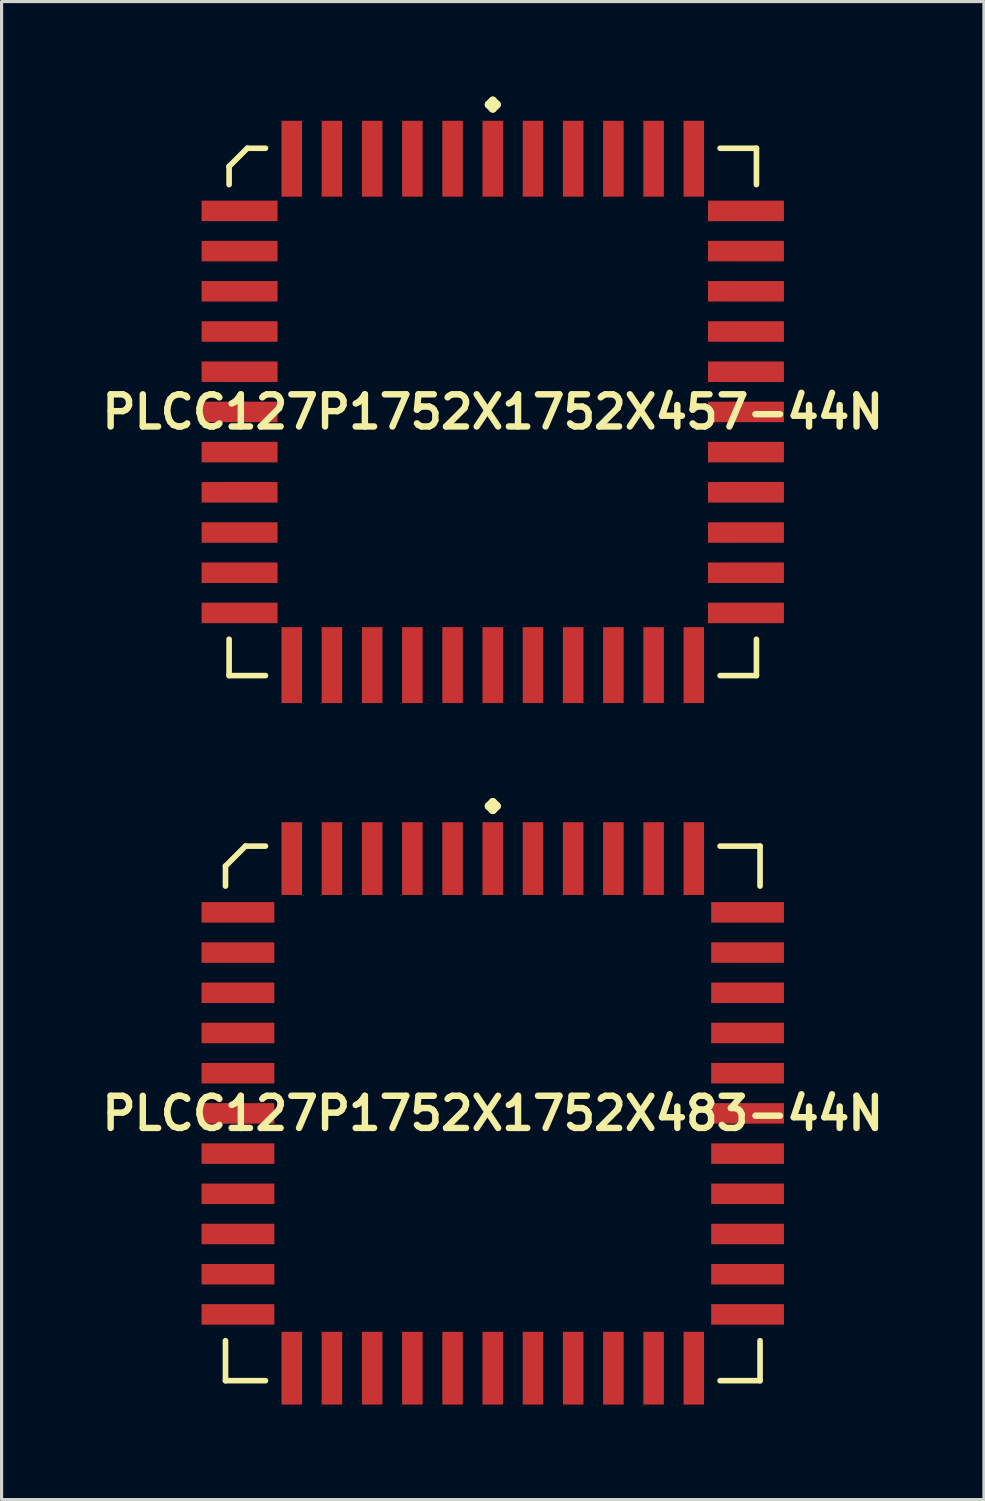
<source format=kicad_pcb>
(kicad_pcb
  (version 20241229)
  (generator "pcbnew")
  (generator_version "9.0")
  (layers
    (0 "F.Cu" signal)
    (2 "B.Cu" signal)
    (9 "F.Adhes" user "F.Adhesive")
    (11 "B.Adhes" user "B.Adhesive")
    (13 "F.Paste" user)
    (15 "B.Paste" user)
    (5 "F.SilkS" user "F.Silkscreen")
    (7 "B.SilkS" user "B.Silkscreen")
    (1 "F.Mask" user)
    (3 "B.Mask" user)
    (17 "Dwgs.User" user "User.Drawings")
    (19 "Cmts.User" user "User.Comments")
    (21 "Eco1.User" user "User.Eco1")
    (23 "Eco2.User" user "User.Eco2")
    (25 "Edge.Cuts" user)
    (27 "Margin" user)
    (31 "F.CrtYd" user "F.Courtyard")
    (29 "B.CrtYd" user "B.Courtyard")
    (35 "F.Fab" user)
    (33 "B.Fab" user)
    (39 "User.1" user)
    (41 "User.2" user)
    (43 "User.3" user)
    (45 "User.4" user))
  (footprint "PLCC127P1752X1752X457-44N"
    (layer "F.Cu")
    (at 12.516 9.962)
    (property "Reference" "PLCC127P1752X1752X457-44N" (at 0 0 0) (layer "F.SilkS") (effects (font (size 1.016 1.016) (thickness 0.203))))
    (attr smd)
    (fp_line (start -8.329 -7.755) (end -7.755 -8.329) (stroke (width 0.178) (type solid)) (layer "F.SilkS"))
    (fp_line (start -8.329 -7.181) (end -8.329 -7.755) (stroke (width 0.178) (type solid)) (layer "F.SilkS"))
    (fp_line (start -8.329 7.181) (end -8.329 8.329) (stroke (width 0.178) (type solid)) (layer "F.SilkS"))
    (fp_line (start -8.329 8.329) (end -7.181 8.329) (stroke (width 0.178) (type solid)) (layer "F.SilkS"))
    (fp_line (start -7.755 -8.329) (end -7.181 -8.329) (stroke (width 0.178) (type solid)) (layer "F.SilkS"))
    (fp_line (start -0.127 -9.708) (end 0 -9.835) (stroke (width 0.254) (type solid)) (layer "F.SilkS"))
    (fp_line (start 0 -9.835) (end 0.127 -9.708) (stroke (width 0.254) (type solid)) (layer "F.SilkS"))
    (fp_line (start 0 -9.581) (end -0.127 -9.708) (stroke (width 0.254) (type solid)) (layer "F.SilkS"))
    (fp_line (start 0.127 -9.708) (end 0 -9.581) (stroke (width 0.254) (type solid)) (layer "F.SilkS"))
    (fp_line (start 8.329 -8.329) (end 7.181 -8.329) (stroke (width 0.178) (type solid)) (layer "F.SilkS"))
    (fp_line (start 8.329 -7.181) (end 8.329 -8.329) (stroke (width 0.178) (type solid)) (layer "F.SilkS"))
    (fp_line (start 8.329 7.181) (end 8.329 8.329) (stroke (width 0.178) (type solid)) (layer "F.SilkS"))
    (fp_line (start 8.329 8.329) (end 7.181 8.329) (stroke (width 0.178) (type solid)) (layer "F.SilkS"))
    (pad "1" smd rect (at 0 -7.998) (size 0.648 2.398) (layers "F.Cu" "F.Mask" "F.Paste"))
    (pad "2" smd rect (at -1.27 -7.998) (size 0.648 2.398) (layers "F.Cu" "F.Mask" "F.Paste"))
    (pad "3" smd rect (at -2.54 -7.998) (size 0.648 2.398) (layers "F.Cu" "F.Mask" "F.Paste"))
    (pad "4" smd rect (at -3.81 -7.998) (size 0.648 2.398) (layers "F.Cu" "F.Mask" "F.Paste"))
    (pad "5" smd rect (at -5.08 -7.998) (size 0.648 2.398) (layers "F.Cu" "F.Mask" "F.Paste"))
    (pad "6" smd rect (at -6.35 -7.998) (size 0.648 2.398) (layers "F.Cu" "F.Mask" "F.Paste"))
    (pad "7" smd rect (at -7.998 -6.35) (size 2.398 0.648) (layers "F.Cu" "F.Mask" "F.Paste"))
    (pad "8" smd rect (at -7.998 -5.08) (size 2.398 0.648) (layers "F.Cu" "F.Mask" "F.Paste"))
    (pad "9" smd rect (at -7.998 -3.81) (size 2.398 0.648) (layers "F.Cu" "F.Mask" "F.Paste"))
    (pad "10" smd rect (at -7.998 -2.54) (size 2.398 0.648) (layers "F.Cu" "F.Mask" "F.Paste"))
    (pad "11" smd rect (at -7.998 -1.27) (size 2.398 0.648) (layers "F.Cu" "F.Mask" "F.Paste"))
    (pad "12" smd rect (at -7.998 0) (size 2.398 0.648) (layers "F.Cu" "F.Mask" "F.Paste"))
    (pad "13" smd rect (at -7.998 1.27) (size 2.398 0.648) (layers "F.Cu" "F.Mask" "F.Paste"))
    (pad "14" smd rect (at -7.998 2.54) (size 2.398 0.648) (layers "F.Cu" "F.Mask" "F.Paste"))
    (pad "15" smd rect (at -7.998 3.81) (size 2.398 0.648) (layers "F.Cu" "F.Mask" "F.Paste"))
    (pad "16" smd rect (at -7.998 5.08) (size 2.398 0.648) (layers "F.Cu" "F.Mask" "F.Paste"))
    (pad "17" smd rect (at -7.998 6.35) (size 2.398 0.648) (layers "F.Cu" "F.Mask" "F.Paste"))
    (pad "18" smd rect (at -6.35 7.998) (size 0.648 2.398) (layers "F.Cu" "F.Mask" "F.Paste"))
    (pad "19" smd rect (at -5.08 7.998) (size 0.648 2.398) (layers "F.Cu" "F.Mask" "F.Paste"))
    (pad "20" smd rect (at -3.81 7.998) (size 0.648 2.398) (layers "F.Cu" "F.Mask" "F.Paste"))
    (pad "21" smd rect (at -2.54 7.998) (size 0.648 2.398) (layers "F.Cu" "F.Mask" "F.Paste"))
    (pad "22" smd rect (at -1.27 7.998) (size 0.648 2.398) (layers "F.Cu" "F.Mask" "F.Paste"))
    (pad "23" smd rect (at 0 7.998) (size 0.648 2.398) (layers "F.Cu" "F.Mask" "F.Paste"))
    (pad "24" smd rect (at 1.27 7.998) (size 0.648 2.398) (layers "F.Cu" "F.Mask" "F.Paste"))
    (pad "25" smd rect (at 2.54 7.998) (size 0.648 2.398) (layers "F.Cu" "F.Mask" "F.Paste"))
    (pad "26" smd rect (at 3.81 7.998) (size 0.648 2.398) (layers "F.Cu" "F.Mask" "F.Paste"))
    (pad "27" smd rect (at 5.08 7.998) (size 0.648 2.398) (layers "F.Cu" "F.Mask" "F.Paste"))
    (pad "28" smd rect (at 6.35 7.998) (size 0.648 2.398) (layers "F.Cu" "F.Mask" "F.Paste"))
    (pad "29" smd rect (at 7.998 6.35) (size 2.398 0.648) (layers "F.Cu" "F.Mask" "F.Paste"))
    (pad "30" smd rect (at 7.998 5.08) (size 2.398 0.648) (layers "F.Cu" "F.Mask" "F.Paste"))
    (pad "31" smd rect (at 7.998 3.81) (size 2.398 0.648) (layers "F.Cu" "F.Mask" "F.Paste"))
    (pad "32" smd rect (at 7.998 2.54) (size 2.398 0.648) (layers "F.Cu" "F.Mask" "F.Paste"))
    (pad "33" smd rect (at 7.998 1.27) (size 2.398 0.648) (layers "F.Cu" "F.Mask" "F.Paste"))
    (pad "34" smd rect (at 7.998 0) (size 2.398 0.648) (layers "F.Cu" "F.Mask" "F.Paste"))
    (pad "35" smd rect (at 7.998 -1.27) (size 2.398 0.648) (layers "F.Cu" "F.Mask" "F.Paste"))
    (pad "36" smd rect (at 7.998 -2.54) (size 2.398 0.648) (layers "F.Cu" "F.Mask" "F.Paste"))
    (pad "37" smd rect (at 7.998 -3.81) (size 2.398 0.648) (layers "F.Cu" "F.Mask" "F.Paste"))
    (pad "38" smd rect (at 7.998 -5.08) (size 2.398 0.648) (layers "F.Cu" "F.Mask" "F.Paste"))
    (pad "39" smd rect (at 7.998 -6.35) (size 2.398 0.648) (layers "F.Cu" "F.Mask" "F.Paste"))
    (pad "40" smd rect (at 6.35 -7.998) (size 0.648 2.398) (layers "F.Cu" "F.Mask" "F.Paste"))
    (pad "41" smd rect (at 5.08 -7.998) (size 0.648 2.398) (layers "F.Cu" "F.Mask" "F.Paste"))
    (pad "42" smd rect (at 3.81 -7.998) (size 0.648 2.398) (layers "F.Cu" "F.Mask" "F.Paste"))
    (pad "43" smd rect (at 2.54 -7.998) (size 0.648 2.398) (layers "F.Cu" "F.Mask" "F.Paste"))
    (pad "44" smd rect (at 1.27 -7.998) (size 0.648 2.398) (layers "F.Cu" "F.Mask" "F.Paste")))
  (footprint "PLCC127P1752X1752X483-44N"
    (layer "F.Cu")
    (at 12.516 32.121)
    (property "Reference" "PLCC127P1752X1752X483-44N" (at 0 0 0) (layer "F.SilkS") (effects (font (size 1.016 1.016) (thickness 0.203))))
    (attr smd)
    (fp_line (start -8.443 -7.813) (end -7.813 -8.443) (stroke (width 0.178) (type solid)) (layer "F.SilkS"))
    (fp_line (start -8.443 -7.181) (end -8.443 -7.813) (stroke (width 0.178) (type solid)) (layer "F.SilkS"))
    (fp_line (start -8.443 7.181) (end -8.443 8.443) (stroke (width 0.178) (type solid)) (layer "F.SilkS"))
    (fp_line (start -8.443 8.443) (end -7.181 8.443) (stroke (width 0.178) (type solid)) (layer "F.SilkS"))
    (fp_line (start -7.813 -8.443) (end -7.181 -8.443) (stroke (width 0.178) (type solid)) (layer "F.SilkS"))
    (fp_line (start -0.127 -9.708) (end 0 -9.835) (stroke (width 0.254) (type solid)) (layer "F.SilkS"))
    (fp_line (start 0 -9.835) (end 0.127 -9.708) (stroke (width 0.254) (type solid)) (layer "F.SilkS"))
    (fp_line (start 0 -9.581) (end -0.127 -9.708) (stroke (width 0.254) (type solid)) (layer "F.SilkS"))
    (fp_line (start 0.127 -9.708) (end 0 -9.581) (stroke (width 0.254) (type solid)) (layer "F.SilkS"))
    (fp_line (start 8.443 -8.443) (end 7.181 -8.443) (stroke (width 0.178) (type solid)) (layer "F.SilkS"))
    (fp_line (start 8.443 -7.181) (end 8.443 -8.443) (stroke (width 0.178) (type solid)) (layer "F.SilkS"))
    (fp_line (start 8.443 7.181) (end 8.443 8.443) (stroke (width 0.178) (type solid)) (layer "F.SilkS"))
    (fp_line (start 8.443 8.443) (end 7.181 8.443) (stroke (width 0.178) (type solid)) (layer "F.SilkS"))
    (pad "1" smd rect (at 0 -8.049) (size 0.648 2.299) (layers "F.Cu" "F.Mask" "F.Paste"))
    (pad "2" smd rect (at -1.27 -8.049) (size 0.648 2.299) (layers "F.Cu" "F.Mask" "F.Paste"))
    (pad "3" smd rect (at -2.54 -8.049) (size 0.648 2.299) (layers "F.Cu" "F.Mask" "F.Paste"))
    (pad "4" smd rect (at -3.81 -8.049) (size 0.648 2.299) (layers "F.Cu" "F.Mask" "F.Paste"))
    (pad "5" smd rect (at -5.08 -8.049) (size 0.648 2.299) (layers "F.Cu" "F.Mask" "F.Paste"))
    (pad "6" smd rect (at -6.35 -8.049) (size 0.648 2.299) (layers "F.Cu" "F.Mask" "F.Paste"))
    (pad "7" smd rect (at -8.049 -6.35) (size 2.299 0.648) (layers "F.Cu" "F.Mask" "F.Paste"))
    (pad "8" smd rect (at -8.049 -5.08) (size 2.299 0.648) (layers "F.Cu" "F.Mask" "F.Paste"))
    (pad "9" smd rect (at -8.049 -3.81) (size 2.299 0.648) (layers "F.Cu" "F.Mask" "F.Paste"))
    (pad "10" smd rect (at -8.049 -2.54) (size 2.299 0.648) (layers "F.Cu" "F.Mask" "F.Paste"))
    (pad "11" smd rect (at -8.049 -1.27) (size 2.299 0.648) (layers "F.Cu" "F.Mask" "F.Paste"))
    (pad "12" smd rect (at -8.049 0) (size 2.299 0.648) (layers "F.Cu" "F.Mask" "F.Paste"))
    (pad "13" smd rect (at -8.049 1.27) (size 2.299 0.648) (layers "F.Cu" "F.Mask" "F.Paste"))
    (pad "14" smd rect (at -8.049 2.54) (size 2.299 0.648) (layers "F.Cu" "F.Mask" "F.Paste"))
    (pad "15" smd rect (at -8.049 3.81) (size 2.299 0.648) (layers "F.Cu" "F.Mask" "F.Paste"))
    (pad "16" smd rect (at -8.049 5.08) (size 2.299 0.648) (layers "F.Cu" "F.Mask" "F.Paste"))
    (pad "17" smd rect (at -8.049 6.35) (size 2.299 0.648) (layers "F.Cu" "F.Mask" "F.Paste"))
    (pad "18" smd rect (at -6.35 8.049) (size 0.648 2.299) (layers "F.Cu" "F.Mask" "F.Paste"))
    (pad "19" smd rect (at -5.08 8.049) (size 0.648 2.299) (layers "F.Cu" "F.Mask" "F.Paste"))
    (pad "20" smd rect (at -3.81 8.049) (size 0.648 2.299) (layers "F.Cu" "F.Mask" "F.Paste"))
    (pad "21" smd rect (at -2.54 8.049) (size 0.648 2.299) (layers "F.Cu" "F.Mask" "F.Paste"))
    (pad "22" smd rect (at -1.27 8.049) (size 0.648 2.299) (layers "F.Cu" "F.Mask" "F.Paste"))
    (pad "23" smd rect (at 0 8.049) (size 0.648 2.299) (layers "F.Cu" "F.Mask" "F.Paste"))
    (pad "24" smd rect (at 1.27 8.049) (size 0.648 2.299) (layers "F.Cu" "F.Mask" "F.Paste"))
    (pad "25" smd rect (at 2.54 8.049) (size 0.648 2.299) (layers "F.Cu" "F.Mask" "F.Paste"))
    (pad "26" smd rect (at 3.81 8.049) (size 0.648 2.299) (layers "F.Cu" "F.Mask" "F.Paste"))
    (pad "27" smd rect (at 5.08 8.049) (size 0.648 2.299) (layers "F.Cu" "F.Mask" "F.Paste"))
    (pad "28" smd rect (at 6.35 8.049) (size 0.648 2.299) (layers "F.Cu" "F.Mask" "F.Paste"))
    (pad "29" smd rect (at 8.049 6.35) (size 2.299 0.648) (layers "F.Cu" "F.Mask" "F.Paste"))
    (pad "30" smd rect (at 8.049 5.08) (size 2.299 0.648) (layers "F.Cu" "F.Mask" "F.Paste"))
    (pad "31" smd rect (at 8.049 3.81) (size 2.299 0.648) (layers "F.Cu" "F.Mask" "F.Paste"))
    (pad "32" smd rect (at 8.049 2.54) (size 2.299 0.648) (layers "F.Cu" "F.Mask" "F.Paste"))
    (pad "33" smd rect (at 8.049 1.27) (size 2.299 0.648) (layers "F.Cu" "F.Mask" "F.Paste"))
    (pad "34" smd rect (at 8.049 0) (size 2.299 0.648) (layers "F.Cu" "F.Mask" "F.Paste"))
    (pad "35" smd rect (at 8.049 -1.27) (size 2.299 0.648) (layers "F.Cu" "F.Mask" "F.Paste"))
    (pad "36" smd rect (at 8.049 -2.54) (size 2.299 0.648) (layers "F.Cu" "F.Mask" "F.Paste"))
    (pad "37" smd rect (at 8.049 -3.81) (size 2.299 0.648) (layers "F.Cu" "F.Mask" "F.Paste"))
    (pad "38" smd rect (at 8.049 -5.08) (size 2.299 0.648) (layers "F.Cu" "F.Mask" "F.Paste"))
    (pad "39" smd rect (at 8.049 -6.35) (size 2.299 0.648) (layers "F.Cu" "F.Mask" "F.Paste"))
    (pad "40" smd rect (at 6.35 -8.049) (size 0.648 2.299) (layers "F.Cu" "F.Mask" "F.Paste"))
    (pad "41" smd rect (at 5.08 -8.049) (size 0.648 2.299) (layers "F.Cu" "F.Mask" "F.Paste"))
    (pad "42" smd rect (at 3.81 -8.049) (size 0.648 2.299) (layers "F.Cu" "F.Mask" "F.Paste"))
    (pad "43" smd rect (at 2.54 -8.049) (size 0.648 2.299) (layers "F.Cu" "F.Mask" "F.Paste"))
    (pad "44" smd rect (at 1.27 -8.049) (size 0.648 2.299) (layers "F.Cu" "F.Mask" "F.Paste")))
  (gr_rect
    (start -3 -3)
    (end 28.032 44.32)
    (stroke (width 0.1) (type default))
    (fill no)
    (layer "Edge.Cuts")))
</source>
